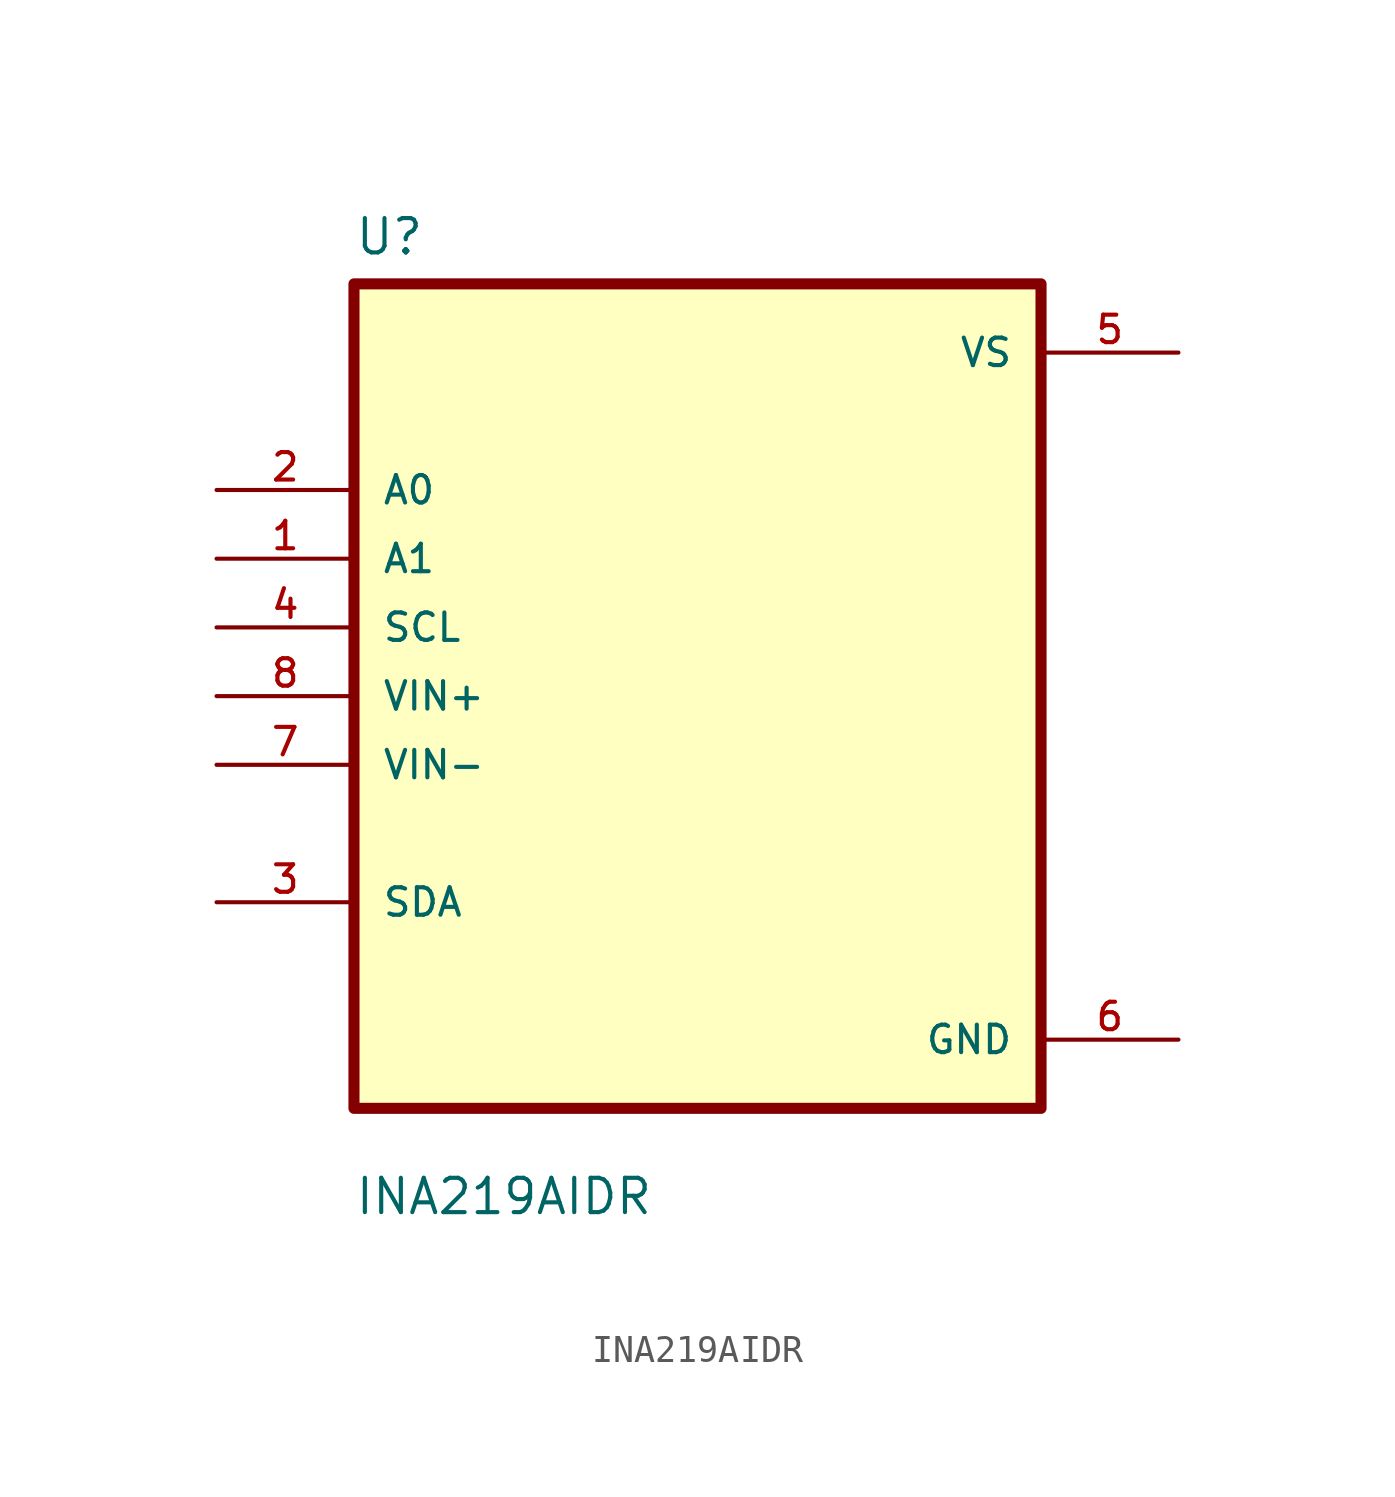
<source format=kicad_sym>
(kicad_symbol_lib
  (version 20211014)
  (generator kicad_symbol_editor)
  (symbol "INA219AIDR"
    (pin_names
      (offset 1.016))
    (property "Reference" "U"
      (at -12.7 16.24 0.0)
      (effects (font (size 1.27 1.27)) (justify bottom left)))
    (property "Value" "INA219AIDR"
      (at -12.7 -19.24 0.0)
      (effects (font (size 1.27 1.27)) (justify bottom left)))
    (symbol "INA219AIDR_0_0"
      (rectangle (start -12.7 -15.24) (end 12.7 15.24) (stroke (width 0.41)) (fill (type background)))
      (pin input line (at -17.78 7.62 0) (length 5.08) (name "A0" (effects (font (size 1.016 1.016)))) (number "2" (effects (font (size 1.016 1.016)))))
      (pin input line (at -17.78 5.08 0) (length 5.08) (name "A1" (effects (font (size 1.016 1.016)))) (number "1" (effects (font (size 1.016 1.016)))))
      (pin input line (at -17.78 2.54 0) (length 5.08) (name "SCL" (effects (font (size 1.016 1.016)))) (number "4" (effects (font (size 1.016 1.016)))))
      (pin input line (at -17.78 0.0 0) (length 5.08) (name "VIN+" (effects (font (size 1.016 1.016)))) (number "8" (effects (font (size 1.016 1.016)))))
      (pin input line (at -17.78 -2.54 0) (length 5.08) (name "VIN-" (effects (font (size 1.016 1.016)))) (number "7" (effects (font (size 1.016 1.016)))))
      (pin bidirectional line (at -17.78 -7.62 0) (length 5.08) (name "SDA" (effects (font (size 1.016 1.016)))) (number "3" (effects (font (size 1.016 1.016)))))
      (pin power_in line (at 17.78 12.7 180.0) (length 5.08) (name "VS" (effects (font (size 1.016 1.016)))) (number "5" (effects (font (size 1.016 1.016)))))
      (pin power_in line (at 17.78 -12.7 180.0) (length 5.08) (name "GND" (effects (font (size 1.016 1.016)))) (number "6" (effects (font (size 1.016 1.016))))))))
</source>
